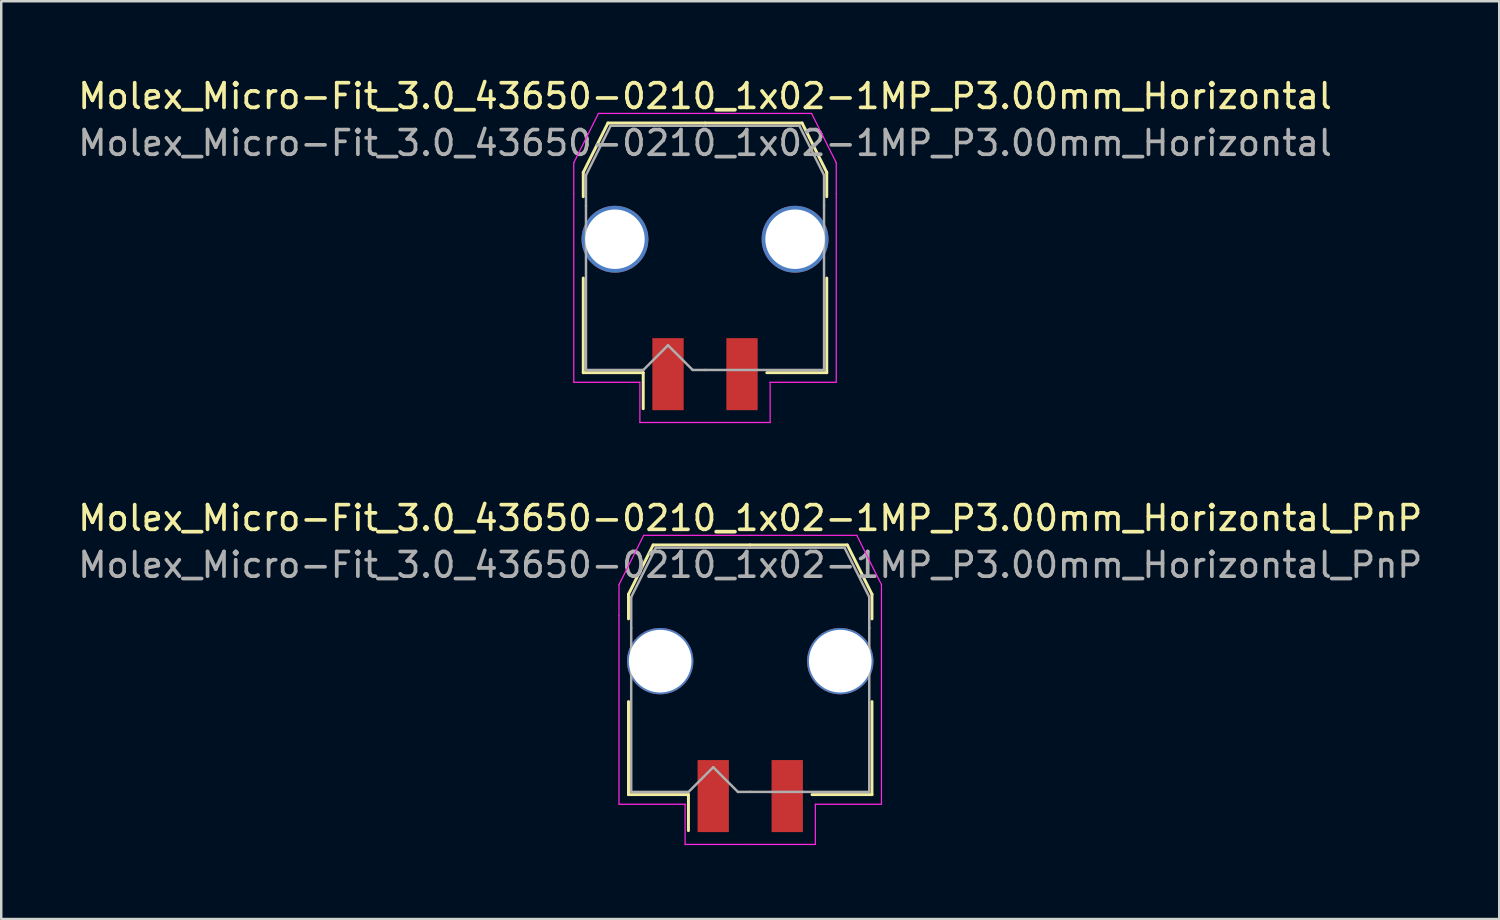
<source format=kicad_pcb>
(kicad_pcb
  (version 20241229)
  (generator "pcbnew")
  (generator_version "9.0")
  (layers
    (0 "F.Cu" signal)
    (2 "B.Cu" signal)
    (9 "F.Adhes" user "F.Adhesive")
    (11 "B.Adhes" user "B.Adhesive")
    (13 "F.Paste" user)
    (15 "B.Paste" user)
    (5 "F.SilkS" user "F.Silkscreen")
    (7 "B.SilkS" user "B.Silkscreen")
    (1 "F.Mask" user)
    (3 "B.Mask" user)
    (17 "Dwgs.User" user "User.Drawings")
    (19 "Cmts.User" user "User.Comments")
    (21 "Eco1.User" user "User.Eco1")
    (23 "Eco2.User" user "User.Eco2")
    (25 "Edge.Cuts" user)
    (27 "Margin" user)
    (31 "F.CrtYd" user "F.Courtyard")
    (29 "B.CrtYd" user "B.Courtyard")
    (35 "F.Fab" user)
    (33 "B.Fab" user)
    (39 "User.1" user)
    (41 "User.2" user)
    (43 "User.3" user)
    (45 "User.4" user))
  (footprint "Molex_Micro-Fit_3.0_43650-0210_1x02-1MP_P3.00mm_Horizontal_PnP"
    (layer "F.Cu")
    (at 27.363 24.102)
    (property "Reference" "Molex_Micro-Fit_3.0_43650-0210_1x02-1MP_P3.00mm_Horizontal_PnP" (at 0 -6.15 0) (layer "F.SilkS") (effects (font (size 1 1) (thickness 0.15))))
    (attr smd)
    (fp_line (start -4.935 -3.06) (end -4.935 -2.065) (stroke (width 0.12) (type solid)) (layer "F.SilkS"))
    (fp_line (start -4.935 1.29) (end -4.935 5.06) (stroke (width 0.12) (type solid)) (layer "F.SilkS"))
    (fp_line (start -4.935 5.06) (end -2.505 5.06) (stroke (width 0.12) (type solid)) (layer "F.SilkS"))
    (fp_line (start -3.935 -5.06) (end -4.935 -3.06) (stroke (width 0.12) (type solid)) (layer "F.SilkS"))
    (fp_line (start -2.505 5.06) (end -2.505 6.52) (stroke (width 0.12) (type solid)) (layer "F.SilkS"))
    (fp_line (start 0 -5.06) (end -3.935 -5.06) (stroke (width 0.12) (type solid)) (layer "F.SilkS"))
    (fp_line (start 0 -5.06) (end 3.935 -5.06) (stroke (width 0.12) (type solid)) (layer "F.SilkS"))
    (fp_line (start 3.935 -5.06) (end 4.935 -3.06) (stroke (width 0.12) (type solid)) (layer "F.SilkS"))
    (fp_line (start 4.935 -3.06) (end 4.935 -2.065) (stroke (width 0.12) (type solid)) (layer "F.SilkS"))
    (fp_line (start 4.935 1.29) (end 4.935 5.06) (stroke (width 0.12) (type solid)) (layer "F.SilkS"))
    (fp_line (start 4.935 5.06) (end 2.505 5.06) (stroke (width 0.12) (type solid)) (layer "F.SilkS"))
    (fp_line (start -5.32 -3.45) (end -5.32 -2.19) (stroke (width 0.05) (type solid)) (layer "F.CrtYd"))
    (fp_line (start -5.32 -2.19) (end -5.32 5.45) (stroke (width 0.05) (type solid)) (layer "F.CrtYd"))
    (fp_line (start -5.32 5.45) (end -2.64 5.45) (stroke (width 0.05) (type solid)) (layer "F.CrtYd"))
    (fp_line (start -4.32 -5.45) (end -5.32 -3.45) (stroke (width 0.05) (type solid)) (layer "F.CrtYd"))
    (fp_line (start -2.64 5.45) (end -2.64 7.08) (stroke (width 0.05) (type solid)) (layer "F.CrtYd"))
    (fp_line (start -2.64 7.08) (end 0 7.08) (stroke (width 0.05) (type solid)) (layer "F.CrtYd"))
    (fp_line (start 0 -5.45) (end -4.32 -5.45) (stroke (width 0.05) (type solid)) (layer "F.CrtYd"))
    (fp_line (start 0 -5.45) (end 4.32 -5.45) (stroke (width 0.05) (type solid)) (layer "F.CrtYd"))
    (fp_line (start 2.64 5.45) (end 2.64 7.08) (stroke (width 0.05) (type solid)) (layer "F.CrtYd"))
    (fp_line (start 2.64 7.08) (end 0 7.08) (stroke (width 0.05) (type solid)) (layer "F.CrtYd"))
    (fp_line (start 4.32 -5.45) (end 5.32 -3.45) (stroke (width 0.05) (type solid)) (layer "F.CrtYd"))
    (fp_line (start 5.32 -3.45) (end 5.32 -2.19) (stroke (width 0.05) (type solid)) (layer "F.CrtYd"))
    (fp_line (start 5.32 -2.19) (end 5.32 5.45) (stroke (width 0.05) (type solid)) (layer "F.CrtYd"))
    (fp_line (start 5.32 5.45) (end 2.64 5.45) (stroke (width 0.05) (type solid)) (layer "F.CrtYd"))
    (fp_line (start -4.825 -2.95) (end -4.825 -1.695) (stroke (width 0.1) (type solid)) (layer "F.Fab"))
    (fp_line (start -4.825 -1.695) (end -4.825 4.95) (stroke (width 0.1) (type solid)) (layer "F.Fab"))
    (fp_line (start -4.825 4.95) (end -2.5 4.95) (stroke (width 0.1) (type solid)) (layer "F.Fab"))
    (fp_line (start -3.825 -4.95) (end -4.825 -2.95) (stroke (width 0.1) (type solid)) (layer "F.Fab"))
    (fp_line (start -2.5 4.95) (end -1.5 3.95) (stroke (width 0.1) (type solid)) (layer "F.Fab"))
    (fp_line (start -1.5 3.95) (end -0.5 4.95) (stroke (width 0.1) (type solid)) (layer "F.Fab"))
    (fp_line (start -0.5 4.95) (end 0 4.95) (stroke (width 0.1) (type solid)) (layer "F.Fab"))
    (fp_line (start 0 -4.95) (end -3.825 -4.95) (stroke (width 0.1) (type solid)) (layer "F.Fab"))
    (fp_line (start 0 -4.95) (end 3.825 -4.95) (stroke (width 0.1) (type solid)) (layer "F.Fab"))
    (fp_line (start 2.135 4.95) (end 0 4.95) (stroke (width 0.1) (type solid)) (layer "F.Fab"))
    (fp_line (start 3.825 -4.95) (end 4.825 -2.95) (stroke (width 0.1) (type solid)) (layer "F.Fab"))
    (fp_line (start 4.825 -2.95) (end 4.825 -1.695) (stroke (width 0.1) (type solid)) (layer "F.Fab"))
    (fp_line (start 4.825 -1.695) (end 4.825 4.95) (stroke (width 0.1) (type solid)) (layer "F.Fab"))
    (fp_line (start 4.825 4.95) (end 2.135 4.95) (stroke (width 0.1) (type solid)) (layer "F.Fab"))
    (fp_text user "${REFERENCE}" (at 0 -4.25 0) (layer "F.Fab") (effects (font (size 1 1) (thickness 0.15))))
    (pad "1" smd rect (at -1.5 5.12) (size 1.27 2.92) (layers "F.Cu" "F.Mask" "F.Paste"))
    (pad "2" smd rect (at 1.5 5.12) (size 1.27 2.92) (layers "F.Cu" "F.Mask" "F.Paste"))
    (pad "MP" thru_hole circle (at -3.65 -0.35) (size 2.69 2.69) (drill 2.54) (layers "*.Cu" "*.Mask"))
    (pad "MP" thru_hole circle (at 3.65 -0.35) (size 2.69 2.69) (drill 2.54) (layers "*.Cu" "*.Mask")))
  (footprint "Molex_Micro-Fit_3.0_43650-0210_1x02-1MP_P3.00mm_Horizontal"
    (layer "F.Cu")
    (at 25.53 6.998)
    (property "Reference" "Molex_Micro-Fit_3.0_43650-0210_1x02-1MP_P3.00mm_Horizontal" (at 0 -6.15 0) (layer "F.SilkS") (effects (font (size 1 1) (thickness 0.15))))
    (attr smd)
    (fp_line (start -4.935 -3.06) (end -4.935 -2.075) (stroke (width 0.12) (type solid)) (layer "F.SilkS"))
    (fp_line (start -4.935 1.225) (end -4.935 5.06) (stroke (width 0.12) (type solid)) (layer "F.SilkS"))
    (fp_line (start -4.935 5.06) (end -2.505 5.06) (stroke (width 0.12) (type solid)) (layer "F.SilkS"))
    (fp_line (start -3.935 -5.06) (end -4.935 -3.06) (stroke (width 0.12) (type solid)) (layer "F.SilkS"))
    (fp_line (start -2.505 5.06) (end -2.505 6.52) (stroke (width 0.12) (type solid)) (layer "F.SilkS"))
    (fp_line (start 0 -5.06) (end -3.935 -5.06) (stroke (width 0.12) (type solid)) (layer "F.SilkS"))
    (fp_line (start 0 -5.06) (end 3.935 -5.06) (stroke (width 0.12) (type solid)) (layer "F.SilkS"))
    (fp_line (start 3.935 -5.06) (end 4.935 -3.06) (stroke (width 0.12) (type solid)) (layer "F.SilkS"))
    (fp_line (start 4.935 -3.06) (end 4.935 -2.075) (stroke (width 0.12) (type solid)) (layer "F.SilkS"))
    (fp_line (start 4.935 1.225) (end 4.935 5.06) (stroke (width 0.12) (type solid)) (layer "F.SilkS"))
    (fp_line (start 4.935 5.06) (end 2.505 5.06) (stroke (width 0.12) (type solid)) (layer "F.SilkS"))
    (fp_line (start -5.32 -3.45) (end -5.32 -2.2) (stroke (width 0.05) (type solid)) (layer "F.CrtYd"))
    (fp_line (start -5.32 -2.2) (end -5.32 5.45) (stroke (width 0.05) (type solid)) (layer "F.CrtYd"))
    (fp_line (start -5.32 5.45) (end -2.64 5.45) (stroke (width 0.05) (type solid)) (layer "F.CrtYd"))
    (fp_line (start -4.32 -5.45) (end -5.32 -3.45) (stroke (width 0.05) (type solid)) (layer "F.CrtYd"))
    (fp_line (start -2.64 5.45) (end -2.64 7.08) (stroke (width 0.05) (type solid)) (layer "F.CrtYd"))
    (fp_line (start -2.64 7.08) (end 0 7.08) (stroke (width 0.05) (type solid)) (layer "F.CrtYd"))
    (fp_line (start 0 -5.45) (end -4.32 -5.45) (stroke (width 0.05) (type solid)) (layer "F.CrtYd"))
    (fp_line (start 0 -5.45) (end 4.32 -5.45) (stroke (width 0.05) (type solid)) (layer "F.CrtYd"))
    (fp_line (start 2.64 5.45) (end 2.64 7.08) (stroke (width 0.05) (type solid)) (layer "F.CrtYd"))
    (fp_line (start 2.64 7.08) (end 0 7.08) (stroke (width 0.05) (type solid)) (layer "F.CrtYd"))
    (fp_line (start 4.32 -5.45) (end 5.32 -3.45) (stroke (width 0.05) (type solid)) (layer "F.CrtYd"))
    (fp_line (start 5.32 -3.45) (end 5.32 -2.2) (stroke (width 0.05) (type solid)) (layer "F.CrtYd"))
    (fp_line (start 5.32 -2.2) (end 5.32 5.45) (stroke (width 0.05) (type solid)) (layer "F.CrtYd"))
    (fp_line (start 5.32 5.45) (end 2.64 5.45) (stroke (width 0.05) (type solid)) (layer "F.CrtYd"))
    (fp_line (start -4.825 -2.95) (end -4.825 -1.705) (stroke (width 0.1) (type solid)) (layer "F.Fab"))
    (fp_line (start -4.825 -1.705) (end -4.825 4.95) (stroke (width 0.1) (type solid)) (layer "F.Fab"))
    (fp_line (start -4.825 4.95) (end -2.5 4.95) (stroke (width 0.1) (type solid)) (layer "F.Fab"))
    (fp_line (start -3.825 -4.95) (end -4.825 -2.95) (stroke (width 0.1) (type solid)) (layer "F.Fab"))
    (fp_line (start -2.5 4.95) (end -1.5 3.95) (stroke (width 0.1) (type solid)) (layer "F.Fab"))
    (fp_line (start -1.5 3.95) (end -0.5 4.95) (stroke (width 0.1) (type solid)) (layer "F.Fab"))
    (fp_line (start -0.5 4.95) (end 0 4.95) (stroke (width 0.1) (type solid)) (layer "F.Fab"))
    (fp_line (start 0 -4.95) (end -3.825 -4.95) (stroke (width 0.1) (type solid)) (layer "F.Fab"))
    (fp_line (start 0 -4.95) (end 3.825 -4.95) (stroke (width 0.1) (type solid)) (layer "F.Fab"))
    (fp_line (start 2.135 4.95) (end 0 4.95) (stroke (width 0.1) (type solid)) (layer "F.Fab"))
    (fp_line (start 3.825 -4.95) (end 4.825 -2.95) (stroke (width 0.1) (type solid)) (layer "F.Fab"))
    (fp_line (start 4.825 -2.95) (end 4.825 -1.705) (stroke (width 0.1) (type solid)) (layer "F.Fab"))
    (fp_line (start 4.825 -1.705) (end 4.825 4.95) (stroke (width 0.1) (type solid)) (layer "F.Fab"))
    (fp_line (start 4.825 4.95) (end 2.135 4.95) (stroke (width 0.1) (type solid)) (layer "F.Fab"))
    (fp_text user "${REFERENCE}" (at 0 -4.25 0) (layer "F.Fab") (effects (font (size 1 1) (thickness 0.15))))
    (pad "1" smd rect (at -1.5 5.12) (size 1.27 2.92) (layers "F.Cu" "F.Mask" "F.Paste"))
    (pad "2" smd rect (at 1.5 5.12) (size 1.27 2.92) (layers "F.Cu" "F.Mask" "F.Paste"))
    (pad "MP" thru_hole circle (at -3.65 -0.35) (size 2.71 2.71) (drill 2.41) (layers "*.Cu" "*.Mask"))
    (pad "MP" thru_hole circle (at 3.65 -0.35) (size 2.71 2.71) (drill 2.41) (layers "*.Cu" "*.Mask")))
  (gr_rect
    (start -3 -3)
    (end 57.726 34.206)
    (stroke (width 0.1) (type default))
    (fill no)
    (layer "Edge.Cuts")))
</source>
